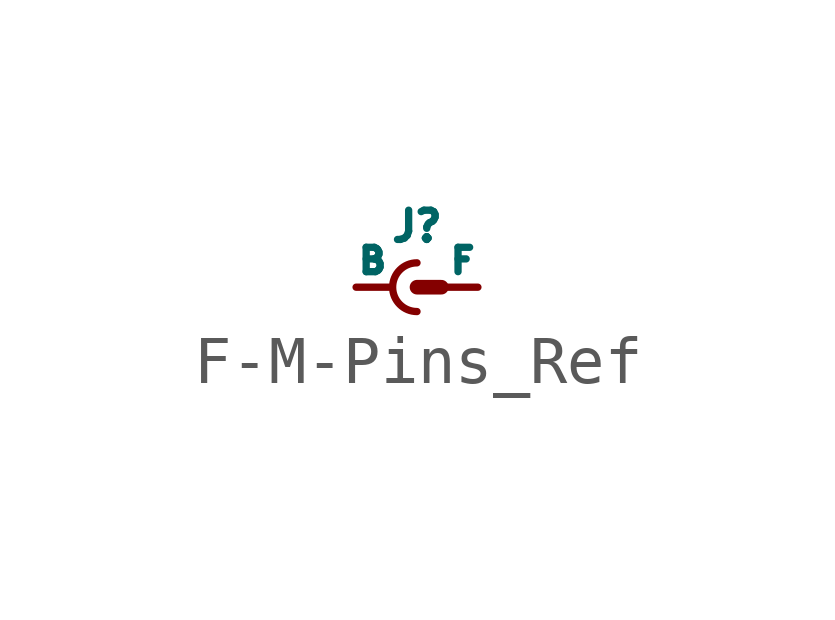
<source format=kicad_sym>
(kicad_symbol_lib
  (version 20220914)
  (generator kicad_symbol_editor)
  (symbol "F-M-Pins_Ref"
    (pin_numbers hide)
    (pin_names
      (offset 0))
    (property "Reference" "J"
      (at 0 1.27 0)
      (effects (font (size 0.61 0.61))))
    (symbol "F-M-Pins_Ref_0_1"
      (polyline (pts (xy 0.508 0) (xy 0 0)) (stroke (width 0.305) (type solid)) (fill (type none)))
      (arc (start 0 0.508) (mid -0.5058 0) (end 0 -0.508) (stroke (width 0) (type solid)) (fill (type none))))
    (symbol "F-M-Pins_Ref_1_1"
      (pin passive line (at -1.27 0 0) (length 0.686) (name "B" (effects (font (size 0.508 0.508)))) (number "1" (effects (font (size 0.508 0.508)))))
      (pin passive line (at 1.27 0 180) (length 0.635) (name "F" (effects (font (size 0.508 0.508)))) (number "2" (effects (font (size 0.508 0.508))))))))
</source>
